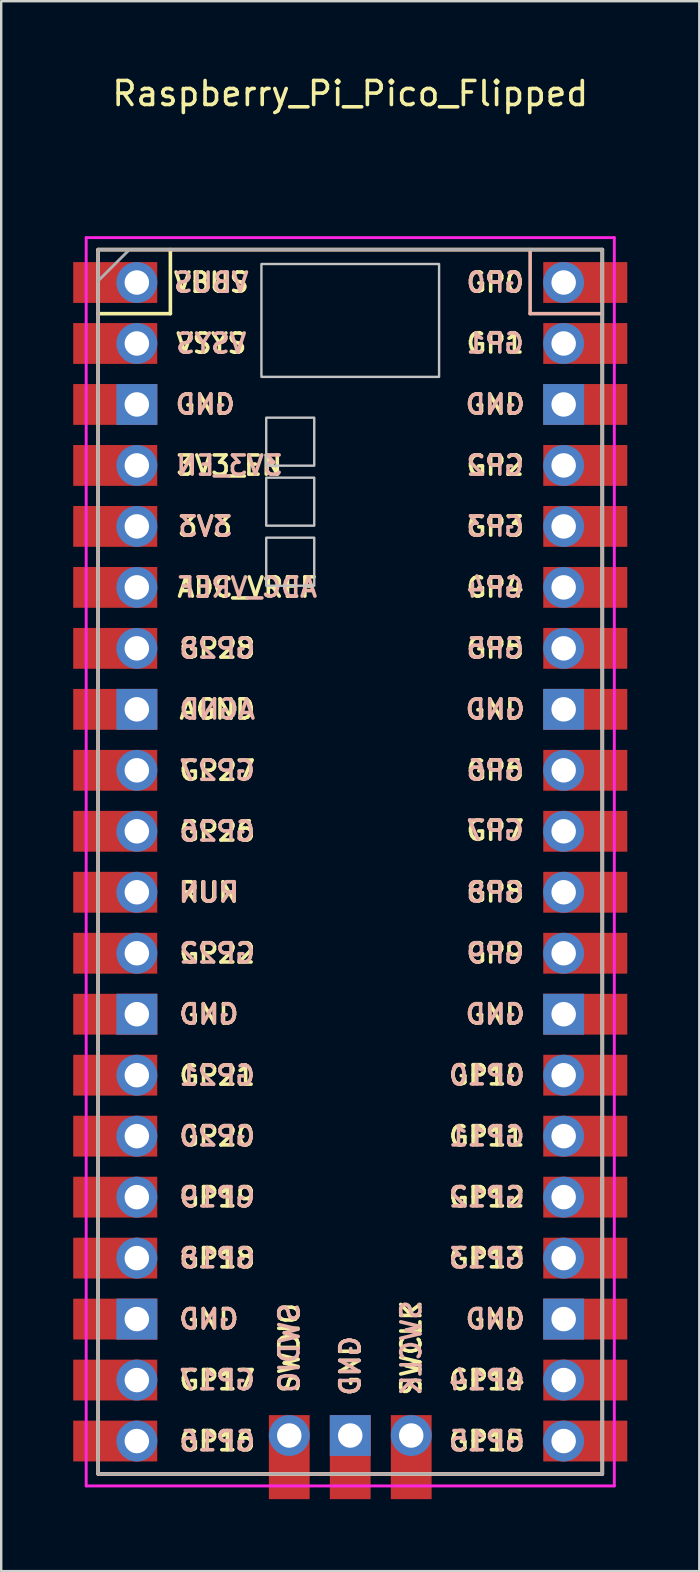
<source format=kicad_pcb>
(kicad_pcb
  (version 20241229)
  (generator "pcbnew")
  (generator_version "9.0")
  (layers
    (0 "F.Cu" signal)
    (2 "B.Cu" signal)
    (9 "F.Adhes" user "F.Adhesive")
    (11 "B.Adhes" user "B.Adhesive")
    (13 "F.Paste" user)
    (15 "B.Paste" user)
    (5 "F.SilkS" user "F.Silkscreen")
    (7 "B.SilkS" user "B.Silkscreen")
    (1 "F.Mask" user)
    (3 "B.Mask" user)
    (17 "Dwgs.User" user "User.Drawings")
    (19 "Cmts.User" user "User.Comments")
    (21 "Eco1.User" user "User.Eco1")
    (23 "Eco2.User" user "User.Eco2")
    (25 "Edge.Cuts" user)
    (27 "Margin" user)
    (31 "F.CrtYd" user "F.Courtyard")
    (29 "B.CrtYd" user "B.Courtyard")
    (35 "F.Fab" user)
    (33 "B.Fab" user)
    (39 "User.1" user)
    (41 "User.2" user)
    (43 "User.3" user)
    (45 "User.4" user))
  (footprint "Raspberry_Pi_Pico_Flipped"
    (layer "F.Cu")
    (at 11.54 32.848)
    (property "Reference" "Raspberry_Pi_Pico_Flipped" (at 0 -32 0) (layer "F.SilkS") (effects (font (size 1 1) (thickness 0.15))))
    (attr through_hole)
    (fp_line (start -10.5 -25.5) (end -10.5 25.5) (stroke (width 0.15) (type solid)) (layer "F.SilkS"))
    (fp_line (start -10.5 -25.5) (end 10.5 -25.5) (stroke (width 0.15) (type solid)) (layer "F.SilkS"))
    (fp_line (start -10.5 -22.833) (end -7.493 -22.833) (stroke (width 0.15) (type solid)) (layer "F.SilkS"))
    (fp_line (start -7.493 -22.833) (end -7.493 -25.5) (stroke (width 0.15) (type solid)) (layer "F.SilkS"))
    (fp_line (start 10.5 -25.5) (end 10.5 25.5) (stroke (width 0.15) (type solid)) (layer "F.SilkS"))
    (fp_line (start 10.5 25.5) (end -10.5 25.5) (stroke (width 0.15) (type solid)) (layer "F.SilkS"))
    (fp_line (start -10.5 -25.5) (end -10.5 25.5) (stroke (width 0.15) (type solid)) (layer "B.SilkS"))
    (fp_line (start -10.5 25.5) (end 10.5 25.5) (stroke (width 0.15) (type solid)) (layer "B.SilkS"))
    (fp_line (start 7.493 -22.833) (end 7.493 -25.5) (stroke (width 0.15) (type solid)) (layer "B.SilkS"))
    (fp_line (start 10.5 -25.5) (end -10.5 -25.5) (stroke (width 0.15) (type solid)) (layer "B.SilkS"))
    (fp_line (start 10.5 -25.5) (end 10.5 25.5) (stroke (width 0.15) (type solid)) (layer "B.SilkS"))
    (fp_line (start 10.5 -22.833) (end 7.493 -22.833) (stroke (width 0.15) (type solid)) (layer "B.SilkS"))
    (fp_poly (pts (xy -1.5 -16.5) (xy -3.5 -16.5) (xy -3.5 -18.5) (xy -1.5 -18.5)) (stroke (width 0.1) (type solid)) (fill no) (layer "Dwgs.User"))
    (fp_poly (pts (xy -1.5 -14) (xy -3.5 -14) (xy -3.5 -16) (xy -1.5 -16)) (stroke (width 0.1) (type solid)) (fill no) (layer "Dwgs.User"))
    (fp_poly (pts (xy -1.5 -11.5) (xy -3.5 -11.5) (xy -3.5 -13.5) (xy -1.5 -13.5)) (stroke (width 0.1) (type solid)) (fill no) (layer "Dwgs.User"))
    (fp_poly (pts (xy 3.7 -20.2) (xy -3.7 -20.2) (xy -3.7 -24.9) (xy 3.7 -24.9)) (stroke (width 0.1) (type solid)) (fill no) (layer "Dwgs.User"))
    (fp_line (start -11 -26) (end 11 -26) (stroke (width 0.12) (type solid)) (layer "F.CrtYd"))
    (fp_line (start -11 26) (end -11 -26) (stroke (width 0.12) (type solid)) (layer "F.CrtYd"))
    (fp_line (start 11 -26) (end 11 26) (stroke (width 0.12) (type solid)) (layer "F.CrtYd"))
    (fp_line (start 11 26) (end -11 26) (stroke (width 0.12) (type solid)) (layer "F.CrtYd"))
    (fp_line (start -10.5 -25.5) (end 10.5 -25.5) (stroke (width 0.12) (type solid)) (layer "F.Fab"))
    (fp_line (start -10.5 -24.2) (end -9.2 -25.5) (stroke (width 0.12) (type solid)) (layer "F.Fab"))
    (fp_line (start -10.5 25.5) (end -10.5 -25.5) (stroke (width 0.12) (type solid)) (layer "F.Fab"))
    (fp_line (start 10.5 -25.5) (end 10.5 25.5) (stroke (width 0.12) (type solid)) (layer "F.Fab"))
    (fp_line (start 10.5 25.5) (end -10.5 25.5) (stroke (width 0.12) (type solid)) (layer "F.Fab"))
    (fp_text user "GP15" (at 5.69 24.13 0) (layer "F.SilkS") (effects (font (size 0.8 0.8) (thickness 0.15))))
    (fp_text user "GP17" (at -5.54 21.59 0) (layer "F.SilkS") (effects (font (size 0.8 0.8) (thickness 0.15))))
    (fp_text user "GP2" (at 6.04 -16.51 0) (layer "F.SilkS") (effects (font (size 0.8 0.8) (thickness 0.15))))
    (fp_text user "RUN" (at -5.89 1.27 0) (layer "F.SilkS") (effects (font (size 0.8 0.8) (thickness 0.15))))
    (fp_text user "GP28" (at -5.54 -8.89 0) (layer "F.SilkS") (effects (font (size 0.8 0.8) (thickness 0.15))))
    (fp_text user "GND" (at 6.04 -19.05 0) (layer "F.SilkS") (effects (font (size 0.8 0.8) (thickness 0.15))))
    (fp_text user "GP26" (at -5.54 -1.27 0) (layer "F.SilkS") (effects (font (size 0.8 0.8) (thickness 0.15))))
    (fp_text user "GP13" (at 5.69 16.51 0) (layer "F.SilkS") (effects (font (size 0.8 0.8) (thickness 0.15))))
    (fp_text user "GP5" (at 6.04 -8.89 0) (layer "F.SilkS") (effects (font (size 0.8 0.8) (thickness 0.15))))
    (fp_text user "GND" (at 0 21 90) (layer "F.SilkS") (effects (font (size 0.8 0.8) (thickness 0.15))))
    (fp_text user "GP3" (at 6.04 -13.97 0) (layer "F.SilkS") (effects (font (size 0.8 0.8) (thickness 0.15))))
    (fp_text user "GP8" (at 6.04 1.27 0) (layer "F.SilkS") (effects (font (size 0.8 0.8) (thickness 0.15))))
    (fp_text user "ADC_VREF" (at -4.29 -11.43 0) (layer "F.SilkS") (effects (font (size 0.8 0.8) (thickness 0.15))))
    (fp_text user "GND" (at 6.04 19.05 0) (layer "F.SilkS") (effects (font (size 0.8 0.8) (thickness 0.15))))
    (fp_text user "AGND" (at -5.54 -6.35 0) (layer "F.SilkS") (effects (font (size 0.8 0.8) (thickness 0.15))))
    (fp_text user "GP9" (at 6.04 3.81 0) (layer "F.SilkS") (effects (font (size 0.8 0.8) (thickness 0.15))))
    (fp_text user "GP18" (at -5.54 16.51 0) (layer "F.SilkS") (effects (font (size 0.8 0.8) (thickness 0.15))))
    (fp_text user "VBUS" (at -5.79 -24.13 0) (layer "F.SilkS") (effects (font (size 0.8 0.8) (thickness 0.15))))
    (fp_text user "GND" (at 6.04 -6.35 0) (layer "F.SilkS") (effects (font (size 0.8 0.8) (thickness 0.15))))
    (fp_text user "GP16" (at -5.54 24.13 0) (layer "F.SilkS") (effects (font (size 0.8 0.8) (thickness 0.15))))
    (fp_text user "GP6" (at 6.04 -3.81 0) (layer "F.SilkS") (effects (font (size 0.8 0.8) (thickness 0.15))))
    (fp_text user "3V3_EN" (at -5.04 -16.51 0) (layer "F.SilkS") (effects (font (size 0.8 0.8) (thickness 0.15))))
    (fp_text user "GP11" (at 5.69 11.43 0) (layer "F.SilkS") (effects (font (size 0.8 0.8) (thickness 0.15))))
    (fp_text user "GP21" (at -5.54 8.9 0) (layer "F.SilkS") (effects (font (size 0.8 0.8) (thickness 0.15))))
    (fp_text user "GP4" (at 6.04 -11.43 0) (layer "F.SilkS") (effects (font (size 0.8 0.8) (thickness 0.15))))
    (fp_text user "GP22" (at -5.54 3.81 0) (layer "F.SilkS") (effects (font (size 0.8 0.8) (thickness 0.15))))
    (fp_text user "GP7" (at 6.04 -1.3 0) (layer "F.SilkS") (effects (font (size 0.8 0.8) (thickness 0.15))))
    (fp_text user "VSYS" (at -5.79 -21.59 0) (layer "F.SilkS") (effects (font (size 0.8 0.8) (thickness 0.15))))
    (fp_text user "GP10" (at 5.69 8.89 0) (layer "F.SilkS") (effects (font (size 0.8 0.8) (thickness 0.15))))
    (fp_text user "GP0" (at 6.04 -24.13 0) (layer "F.SilkS") (effects (font (size 0.8 0.8) (thickness 0.15))))
    (fp_text user "3V3" (at -6.04 -13.97 0) (layer "F.SilkS") (effects (font (size 0.8 0.8) (thickness 0.15))))
    (fp_text user "GP27" (at -5.54 -3.8 0) (layer "F.SilkS") (effects (font (size 0.8 0.8) (thickness 0.15))))
    (fp_text user "GP1" (at 6.04 -21.6 0) (layer "F.SilkS") (effects (font (size 0.8 0.8) (thickness 0.15))))
    (fp_text user "GND" (at -6.04 -19.05 0) (layer "F.SilkS") (effects (font (size 0.8 0.8) (thickness 0.15))))
    (fp_text user "GP19" (at -5.54 13.97 0) (layer "F.SilkS") (effects (font (size 0.8 0.8) (thickness 0.15))))
    (fp_text user "GND" (at -5.89 19.05 0) (layer "F.SilkS") (effects (font (size 0.8 0.8) (thickness 0.15))))
    (fp_text user "GND" (at 6.04 6.35 0) (layer "F.SilkS") (effects (font (size 0.8 0.8) (thickness 0.15))))
    (fp_text user "SWCLK" (at 2.54 20.25 90) (layer "F.SilkS") (effects (font (size 0.8 0.8) (thickness 0.15))))
    (fp_text user "SWDIO" (at -2.54 20.25 90) (layer "F.SilkS") (effects (font (size 0.8 0.8) (thickness 0.15))))
    (fp_text user "GP12" (at 5.69 13.97 0) (layer "F.SilkS") (effects (font (size 0.8 0.8) (thickness 0.15))))
    (fp_text user "GP20" (at -5.54 11.43 0) (layer "F.SilkS") (effects (font (size 0.8 0.8) (thickness 0.15))))
    (fp_text user "GND" (at -5.89 6.35 0) (layer "F.SilkS") (effects (font (size 0.8 0.8) (thickness 0.15))))
    (fp_text user "GP14" (at 5.69 21.59 0) (layer "F.SilkS") (effects (font (size 0.8 0.8) (thickness 0.15))))
    (fp_text user "GP12" (at 5.69 13.97 0) (layer "B.SilkS") (effects (font (size 0.8 0.8) (thickness 0.15)) (justify mirror)))
    (fp_text user "GP7" (at 6.04 -1.3 0) (layer "B.SilkS") (effects (font (size 0.8 0.8) (thickness 0.15)) (justify mirror)))
    (fp_text user "GP10" (at 5.69 8.89 0) (layer "B.SilkS") (effects (font (size 0.8 0.8) (thickness 0.15)) (justify mirror)))
    (fp_text user "GND" (at 6.04 -19.05 0) (layer "B.SilkS") (effects (font (size 0.8 0.8) (thickness 0.15)) (justify mirror)))
    (fp_text user "GP14" (at 5.69 21.59 0) (layer "B.SilkS") (effects (font (size 0.8 0.8) (thickness 0.15)) (justify mirror)))
    (fp_text user "AGND" (at -5.54 -6.35 0) (layer "B.SilkS") (effects (font (size 0.8 0.8) (thickness 0.15)) (justify mirror)))
    (fp_text user "GP26" (at -5.54 -1.27 0) (layer "B.SilkS") (effects (font (size 0.8 0.8) (thickness 0.15)) (justify mirror)))
    (fp_text user "GND" (at 0 21 270) (layer "B.SilkS") (effects (font (size 0.8 0.8) (thickness 0.15)) (justify mirror)))
    (fp_text user "GP4" (at 6.04 -11.43 0) (layer "B.SilkS") (effects (font (size 0.8 0.8) (thickness 0.15)) (justify mirror)))
    (fp_text user "GP8" (at 6.04 1.27 0) (layer "B.SilkS") (effects (font (size 0.8 0.8) (thickness 0.15)) (justify mirror)))
    (fp_text user "GP22" (at -5.54 3.81 0) (layer "B.SilkS") (effects (font (size 0.8 0.8) (thickness 0.15)) (justify mirror)))
    (fp_text user "GP2" (at 6.04 -16.51 0) (layer "B.SilkS") (effects (font (size 0.8 0.8) (thickness 0.15)) (justify mirror)))
    (fp_text user "VBUS" (at -5.79 -24.13 0) (layer "B.SilkS") (effects (font (size 0.8 0.8) (thickness 0.15)) (justify mirror)))
    (fp_text user "SWDIO" (at -2.54 20.25 270) (layer "B.SilkS") (effects (font (size 0.8 0.8) (thickness 0.15)) (justify mirror)))
    (fp_text user "GP1" (at 6.04 -21.6 0) (layer "B.SilkS") (effects (font (size 0.8 0.8) (thickness 0.15)) (justify mirror)))
    (fp_text user "GP11" (at 5.69 11.43 0) (layer "B.SilkS") (effects (font (size 0.8 0.8) (thickness 0.15)) (justify mirror)))
    (fp_text user "GP20" (at -5.54 11.43 0) (layer "B.SilkS") (effects (font (size 0.8 0.8) (thickness 0.15)) (justify mirror)))
    (fp_text user "GND" (at -5.89 19.05 0) (layer "B.SilkS") (effects (font (size 0.8 0.8) (thickness 0.15)) (justify mirror)))
    (fp_text user "GND" (at -6.04 -19.05 0) (layer "B.SilkS") (effects (font (size 0.8 0.8) (thickness 0.15)) (justify mirror)))
    (fp_text user "GP9" (at 6.04 3.81 0) (layer "B.SilkS") (effects (font (size 0.8 0.8) (thickness 0.15)) (justify mirror)))
    (fp_text user "GP18" (at -5.54 16.51 0) (layer "B.SilkS") (effects (font (size 0.8 0.8) (thickness 0.15)) (justify mirror)))
    (fp_text user "GP19" (at -5.54 13.97 0) (layer "B.SilkS") (effects (font (size 0.8 0.8) (thickness 0.15)) (justify mirror)))
    (fp_text user "VSYS" (at -5.79 -21.59 0) (layer "B.SilkS") (effects (font (size 0.8 0.8) (thickness 0.15)) (justify mirror)))
    (fp_text user "GND" (at -5.89 6.35 0) (layer "B.SilkS") (effects (font (size 0.8 0.8) (thickness 0.15)) (justify mirror)))
    (fp_text user "GND" (at 6.04 6.35 0) (layer "B.SilkS") (effects (font (size 0.8 0.8) (thickness 0.15)) (justify mirror)))
    (fp_text user "SWCLK" (at 2.54 20.25 270) (layer "B.SilkS") (effects (font (size 0.8 0.8) (thickness 0.15)) (justify mirror)))
    (fp_text user "3V3_EN" (at -5.04 -16.51 0) (layer "B.SilkS") (effects (font (size 0.8 0.8) (thickness 0.15)) (justify mirror)))
    (fp_text user "3V3" (at -6.04 -13.97 0) (layer "B.SilkS") (effects (font (size 0.8 0.8) (thickness 0.15)) (justify mirror)))
    (fp_text user "GP5" (at 6.04 -8.89 0) (layer "B.SilkS") (effects (font (size 0.8 0.8) (thickness 0.15)) (justify mirror)))
    (fp_text user "GND" (at 6.04 19.05 0) (layer "B.SilkS") (effects (font (size 0.8 0.8) (thickness 0.15)) (justify mirror)))
    (fp_text user "GP21" (at -5.54 8.9 0) (layer "B.SilkS") (effects (font (size 0.8 0.8) (thickness 0.15)) (justify mirror)))
    (fp_text user "GP0" (at 6.04 -24.13 0) (layer "B.SilkS") (effects (font (size 0.8 0.8) (thickness 0.15)) (justify mirror)))
    (fp_text user "GP28" (at -5.54 -8.89 0) (layer "B.SilkS") (effects (font (size 0.8 0.8) (thickness 0.15)) (justify mirror)))
    (fp_text user "GND" (at 6.04 -6.35 0) (layer "B.SilkS") (effects (font (size 0.8 0.8) (thickness 0.15)) (justify mirror)))
    (fp_text user "RUN" (at -5.89 1.27 0) (layer "B.SilkS") (effects (font (size 0.8 0.8) (thickness 0.15)) (justify mirror)))
    (fp_text user "GP13" (at 5.69 16.51 0) (layer "B.SilkS") (effects (font (size 0.8 0.8) (thickness 0.15)) (justify mirror)))
    (fp_text user "GP3" (at 6.04 -13.97 0) (layer "B.SilkS") (effects (font (size 0.8 0.8) (thickness 0.15)) (justify mirror)))
    (fp_text user "GP6" (at 6.04 -3.81 0) (layer "B.SilkS") (effects (font (size 0.8 0.8) (thickness 0.15)) (justify mirror)))
    (fp_text user "GP16" (at -5.54 24.13 0) (layer "B.SilkS") (effects (font (size 0.8 0.8) (thickness 0.15)) (justify mirror)))
    (fp_text user "ADC_VREF" (at -4.29 -11.43 0) (layer "B.SilkS") (effects (font (size 0.8 0.8) (thickness 0.15)) (justify mirror)))
    (fp_text user "GP15" (at 5.69 24.13 0) (layer "B.SilkS") (effects (font (size 0.8 0.8) (thickness 0.15)) (justify mirror)))
    (fp_text user "GP17" (at -5.54 21.59 0) (layer "B.SilkS") (effects (font (size 0.8 0.8) (thickness 0.15)) (justify mirror)))
    (fp_text user "GP27" (at -5.54 -3.8 0) (layer "B.SilkS") (effects (font (size 0.8 0.8) (thickness 0.15)) (justify mirror)))
    (pad "1" smd rect (at -8.89 -24.13) (size 3.5 1.7) (drill (offset -0.9 0)) (layers "F.Cu" "F.Mask"))
    (pad "1" thru_hole oval (at 8.89 -24.13) (size 1.7 1.7) (drill 1.02) (layers "*.Cu" "*.Mask"))
    (pad "2" smd rect (at -8.89 -21.59) (size 3.5 1.7) (drill (offset -0.9 0)) (layers "F.Cu" "F.Mask"))
    (pad "2" thru_hole oval (at 8.89 -21.59) (size 1.7 1.7) (drill 1.02) (layers "*.Cu" "*.Mask"))
    (pad "3" smd rect (at -8.89 -19.05) (size 3.5 1.7) (drill (offset -0.9 0)) (layers "F.Cu" "F.Mask"))
    (pad "3" thru_hole rect (at 8.89 -19.05) (size 1.7 1.7) (drill 1.02) (layers "*.Cu" "*.Mask"))
    (pad "4" smd rect (at -8.89 -16.51) (size 3.5 1.7) (drill (offset -0.9 0)) (layers "F.Cu" "F.Mask"))
    (pad "4" thru_hole oval (at 8.89 -16.51) (size 1.7 1.7) (drill 1.02) (layers "*.Cu" "*.Mask"))
    (pad "5" smd rect (at -8.89 -13.97) (size 3.5 1.7) (drill (offset -0.9 0)) (layers "F.Cu" "F.Mask"))
    (pad "5" thru_hole oval (at 8.89 -13.97) (size 1.7 1.7) (drill 1.02) (layers "*.Cu" "*.Mask"))
    (pad "6" smd rect (at -8.89 -11.43) (size 3.5 1.7) (drill (offset -0.9 0)) (layers "F.Cu" "F.Mask"))
    (pad "6" thru_hole oval (at 8.89 -11.43) (size 1.7 1.7) (drill 1.02) (layers "*.Cu" "*.Mask"))
    (pad "7" smd rect (at -8.89 -8.89) (size 3.5 1.7) (drill (offset -0.9 0)) (layers "F.Cu" "F.Mask"))
    (pad "7" thru_hole oval (at 8.89 -8.89) (size 1.7 1.7) (drill 1.02) (layers "*.Cu" "*.Mask"))
    (pad "8" smd rect (at -8.89 -6.35) (size 3.5 1.7) (drill (offset -0.9 0)) (layers "F.Cu" "F.Mask"))
    (pad "8" thru_hole rect (at 8.89 -6.35) (size 1.7 1.7) (drill 1.02) (layers "*.Cu" "*.Mask"))
    (pad "9" smd rect (at -8.89 -3.81) (size 3.5 1.7) (drill (offset -0.9 0)) (layers "F.Cu" "F.Mask"))
    (pad "9" thru_hole oval (at 8.89 -3.81) (size 1.7 1.7) (drill 1.02) (layers "*.Cu" "*.Mask"))
    (pad "10" smd rect (at -8.89 -1.27) (size 3.5 1.7) (drill (offset -0.9 0)) (layers "F.Cu" "F.Mask"))
    (pad "10" thru_hole oval (at 8.89 -1.27) (size 1.7 1.7) (drill 1.02) (layers "*.Cu" "*.Mask"))
    (pad "11" smd rect (at -8.89 1.27) (size 3.5 1.7) (drill (offset -0.9 0)) (layers "F.Cu" "F.Mask"))
    (pad "11" thru_hole oval (at 8.89 1.27) (size 1.7 1.7) (drill 1.02) (layers "*.Cu" "*.Mask"))
    (pad "12" smd rect (at -8.89 3.81) (size 3.5 1.7) (drill (offset -0.9 0)) (layers "F.Cu" "F.Mask"))
    (pad "12" thru_hole oval (at 8.89 3.81) (size 1.7 1.7) (drill 1.02) (layers "*.Cu" "*.Mask"))
    (pad "13" smd rect (at -8.89 6.35) (size 3.5 1.7) (drill (offset -0.9 0)) (layers "F.Cu" "F.Mask"))
    (pad "13" thru_hole rect (at 8.89 6.35) (size 1.7 1.7) (drill 1.02) (layers "*.Cu" "*.Mask"))
    (pad "14" smd rect (at -8.89 8.89) (size 3.5 1.7) (drill (offset -0.9 0)) (layers "F.Cu" "F.Mask"))
    (pad "14" thru_hole oval (at 8.89 8.89) (size 1.7 1.7) (drill 1.02) (layers "*.Cu" "*.Mask"))
    (pad "15" smd rect (at -8.89 11.43) (size 3.5 1.7) (drill (offset -0.9 0)) (layers "F.Cu" "F.Mask"))
    (pad "15" thru_hole oval (at 8.89 11.43) (size 1.7 1.7) (drill 1.02) (layers "*.Cu" "*.Mask"))
    (pad "16" smd rect (at -8.89 13.97) (size 3.5 1.7) (drill (offset -0.9 0)) (layers "F.Cu" "F.Mask"))
    (pad "16" thru_hole oval (at 8.89 13.97) (size 1.7 1.7) (drill 1.02) (layers "*.Cu" "*.Mask"))
    (pad "17" smd rect (at -8.89 16.51) (size 3.5 1.7) (drill (offset -0.9 0)) (layers "F.Cu" "F.Mask"))
    (pad "17" thru_hole oval (at 8.89 16.51) (size 1.7 1.7) (drill 1.02) (layers "*.Cu" "*.Mask"))
    (pad "18" smd rect (at -8.89 19.05) (size 3.5 1.7) (drill (offset -0.9 0)) (layers "F.Cu" "F.Mask"))
    (pad "18" thru_hole rect (at 8.89 19.05) (size 1.7 1.7) (drill 1.02) (layers "*.Cu" "*.Mask"))
    (pad "19" smd rect (at -8.89 21.59) (size 3.5 1.7) (drill (offset -0.9 0)) (layers "F.Cu" "F.Mask"))
    (pad "19" thru_hole oval (at 8.89 21.59) (size 1.7 1.7) (drill 1.02) (layers "*.Cu" "*.Mask"))
    (pad "20" smd rect (at -8.89 24.13) (size 3.5 1.7) (drill (offset -0.9 0)) (layers "F.Cu" "F.Mask"))
    (pad "20" thru_hole oval (at 8.89 24.13) (size 1.7 1.7) (drill 1.02) (layers "*.Cu" "*.Mask"))
    (pad "21" thru_hole oval (at -8.89 24.13) (size 1.7 1.7) (drill 1.02) (layers "*.Cu" "*.Mask"))
    (pad "21" smd rect (at 8.89 24.13) (size 3.5 1.7) (drill (offset 0.9 0)) (layers "F.Cu" "F.Mask"))
    (pad "22" thru_hole oval (at -8.89 21.59) (size 1.7 1.7) (drill 1.02) (layers "*.Cu" "*.Mask"))
    (pad "22" smd rect (at 8.89 21.59) (size 3.5 1.7) (drill (offset 0.9 0)) (layers "F.Cu" "F.Mask"))
    (pad "23" thru_hole rect (at -8.89 19.05) (size 1.7 1.7) (drill 1.02) (layers "*.Cu" "*.Mask"))
    (pad "23" smd rect (at 8.89 19.05) (size 3.5 1.7) (drill (offset 0.9 0)) (layers "F.Cu" "F.Mask"))
    (pad "24" thru_hole oval (at -8.89 16.51) (size 1.7 1.7) (drill 1.02) (layers "*.Cu" "*.Mask"))
    (pad "24" smd rect (at 8.89 16.51) (size 3.5 1.7) (drill (offset 0.9 0)) (layers "F.Cu" "F.Mask"))
    (pad "25" thru_hole oval (at -8.89 13.97) (size 1.7 1.7) (drill 1.02) (layers "*.Cu" "*.Mask"))
    (pad "25" smd rect (at 8.89 13.97) (size 3.5 1.7) (drill (offset 0.9 0)) (layers "F.Cu" "F.Mask"))
    (pad "26" thru_hole oval (at -8.89 11.43) (size 1.7 1.7) (drill 1.02) (layers "*.Cu" "*.Mask"))
    (pad "26" smd rect (at 8.89 11.43) (size 3.5 1.7) (drill (offset 0.9 0)) (layers "F.Cu" "F.Mask"))
    (pad "27" thru_hole oval (at -8.89 8.89) (size 1.7 1.7) (drill 1.02) (layers "*.Cu" "*.Mask"))
    (pad "27" smd rect (at 8.89 8.89) (size 3.5 1.7) (drill (offset 0.9 0)) (layers "F.Cu" "F.Mask"))
    (pad "28" thru_hole rect (at -8.89 6.35) (size 1.7 1.7) (drill 1.02) (layers "*.Cu" "*.Mask"))
    (pad "28" smd rect (at 8.89 6.35) (size 3.5 1.7) (drill (offset 0.9 0)) (layers "F.Cu" "F.Mask"))
    (pad "29" thru_hole oval (at -8.89 3.81) (size 1.7 1.7) (drill 1.02) (layers "*.Cu" "*.Mask"))
    (pad "29" smd rect (at 8.89 3.81) (size 3.5 1.7) (drill (offset 0.9 0)) (layers "F.Cu" "F.Mask"))
    (pad "30" thru_hole oval (at -8.89 1.27) (size 1.7 1.7) (drill 1.02) (layers "*.Cu" "*.Mask"))
    (pad "30" smd rect (at 8.89 1.27) (size 3.5 1.7) (drill (offset 0.9 0)) (layers "F.Cu" "F.Mask"))
    (pad "31" thru_hole oval (at -8.89 -1.27) (size 1.7 1.7) (drill 1.02) (layers "*.Cu" "*.Mask"))
    (pad "31" smd rect (at 8.89 -1.27) (size 3.5 1.7) (drill (offset 0.9 0)) (layers "F.Cu" "F.Mask"))
    (pad "32" thru_hole oval (at -8.89 -3.81) (size 1.7 1.7) (drill 1.02) (layers "*.Cu" "*.Mask"))
    (pad "32" smd rect (at 8.89 -3.81) (size 3.5 1.7) (drill (offset 0.9 0)) (layers "F.Cu" "F.Mask"))
    (pad "33" thru_hole rect (at -8.89 -6.35) (size 1.7 1.7) (drill 1.02) (layers "*.Cu" "*.Mask"))
    (pad "33" smd rect (at 8.89 -6.35) (size 3.5 1.7) (drill (offset 0.9 0)) (layers "F.Cu" "F.Mask"))
    (pad "34" thru_hole oval (at -8.89 -8.89) (size 1.7 1.7) (drill 1.02) (layers "*.Cu" "*.Mask"))
    (pad "34" smd rect (at 8.89 -8.89) (size 3.5 1.7) (drill (offset 0.9 0)) (layers "F.Cu" "F.Mask"))
    (pad "35" thru_hole oval (at -8.89 -11.43) (size 1.7 1.7) (drill 1.02) (layers "*.Cu" "*.Mask"))
    (pad "35" smd rect (at 8.89 -11.43) (size 3.5 1.7) (drill (offset 0.9 0)) (layers "F.Cu" "F.Mask"))
    (pad "36" thru_hole oval (at -8.89 -13.97) (size 1.7 1.7) (drill 1.02) (layers "*.Cu" "*.Mask"))
    (pad "36" smd rect (at 8.89 -13.97) (size 3.5 1.7) (drill (offset 0.9 0)) (layers "F.Cu" "F.Mask"))
    (pad "37" thru_hole oval (at -8.89 -16.51) (size 1.7 1.7) (drill 1.02) (layers "*.Cu" "*.Mask"))
    (pad "37" smd rect (at 8.89 -16.51) (size 3.5 1.7) (drill (offset 0.9 0)) (layers "F.Cu" "F.Mask"))
    (pad "38" thru_hole rect (at -8.89 -19.05) (size 1.7 1.7) (drill 1.02) (layers "*.Cu" "*.Mask"))
    (pad "38" smd rect (at 8.89 -19.05) (size 3.5 1.7) (drill (offset 0.9 0)) (layers "F.Cu" "F.Mask"))
    (pad "39" thru_hole oval (at -8.89 -21.59) (size 1.7 1.7) (drill 1.02) (layers "*.Cu" "*.Mask"))
    (pad "39" smd rect (at 8.89 -21.59) (size 3.5 1.7) (drill (offset 0.9 0)) (layers "F.Cu" "F.Mask"))
    (pad "40" thru_hole oval (at -8.89 -24.13) (size 1.7 1.7) (drill 1.02) (layers "*.Cu" "*.Mask"))
    (pad "40" smd rect (at 8.89 -24.13) (size 3.5 1.7) (drill (offset 0.9 0)) (layers "F.Cu" "F.Mask"))
    (pad "41" smd rect (at -2.54 23.9 90) (size 3.5 1.7) (drill (offset -0.9 0)) (layers "F.Cu" "F.Mask"))
    (pad "41" thru_hole oval (at 2.54 23.9) (size 1.7 1.7) (drill 1.02) (layers "*.Cu" "*.Mask"))
    (pad "42" thru_hole rect (at 0 23.9) (size 1.7 1.7) (drill 1.02) (layers "*.Cu" "*.Mask"))
    (pad "42" smd rect (at 0 23.9 90) (size 3.5 1.7) (drill (offset -0.9 0)) (layers "F.Cu" "F.Mask"))
    (pad "43" thru_hole oval (at -2.54 23.9) (size 1.7 1.7) (drill 1.02) (layers "*.Cu" "*.Mask"))
    (pad "43" smd rect (at 2.54 23.9 90) (size 3.5 1.7) (drill (offset -0.9 0)) (layers "F.Cu" "F.Mask")))
  (gr_rect
    (start -3 -3)
    (end 26.08 62.398)
    (stroke (width 0.1) (type default))
    (fill no)
    (layer "Edge.Cuts")))
</source>
